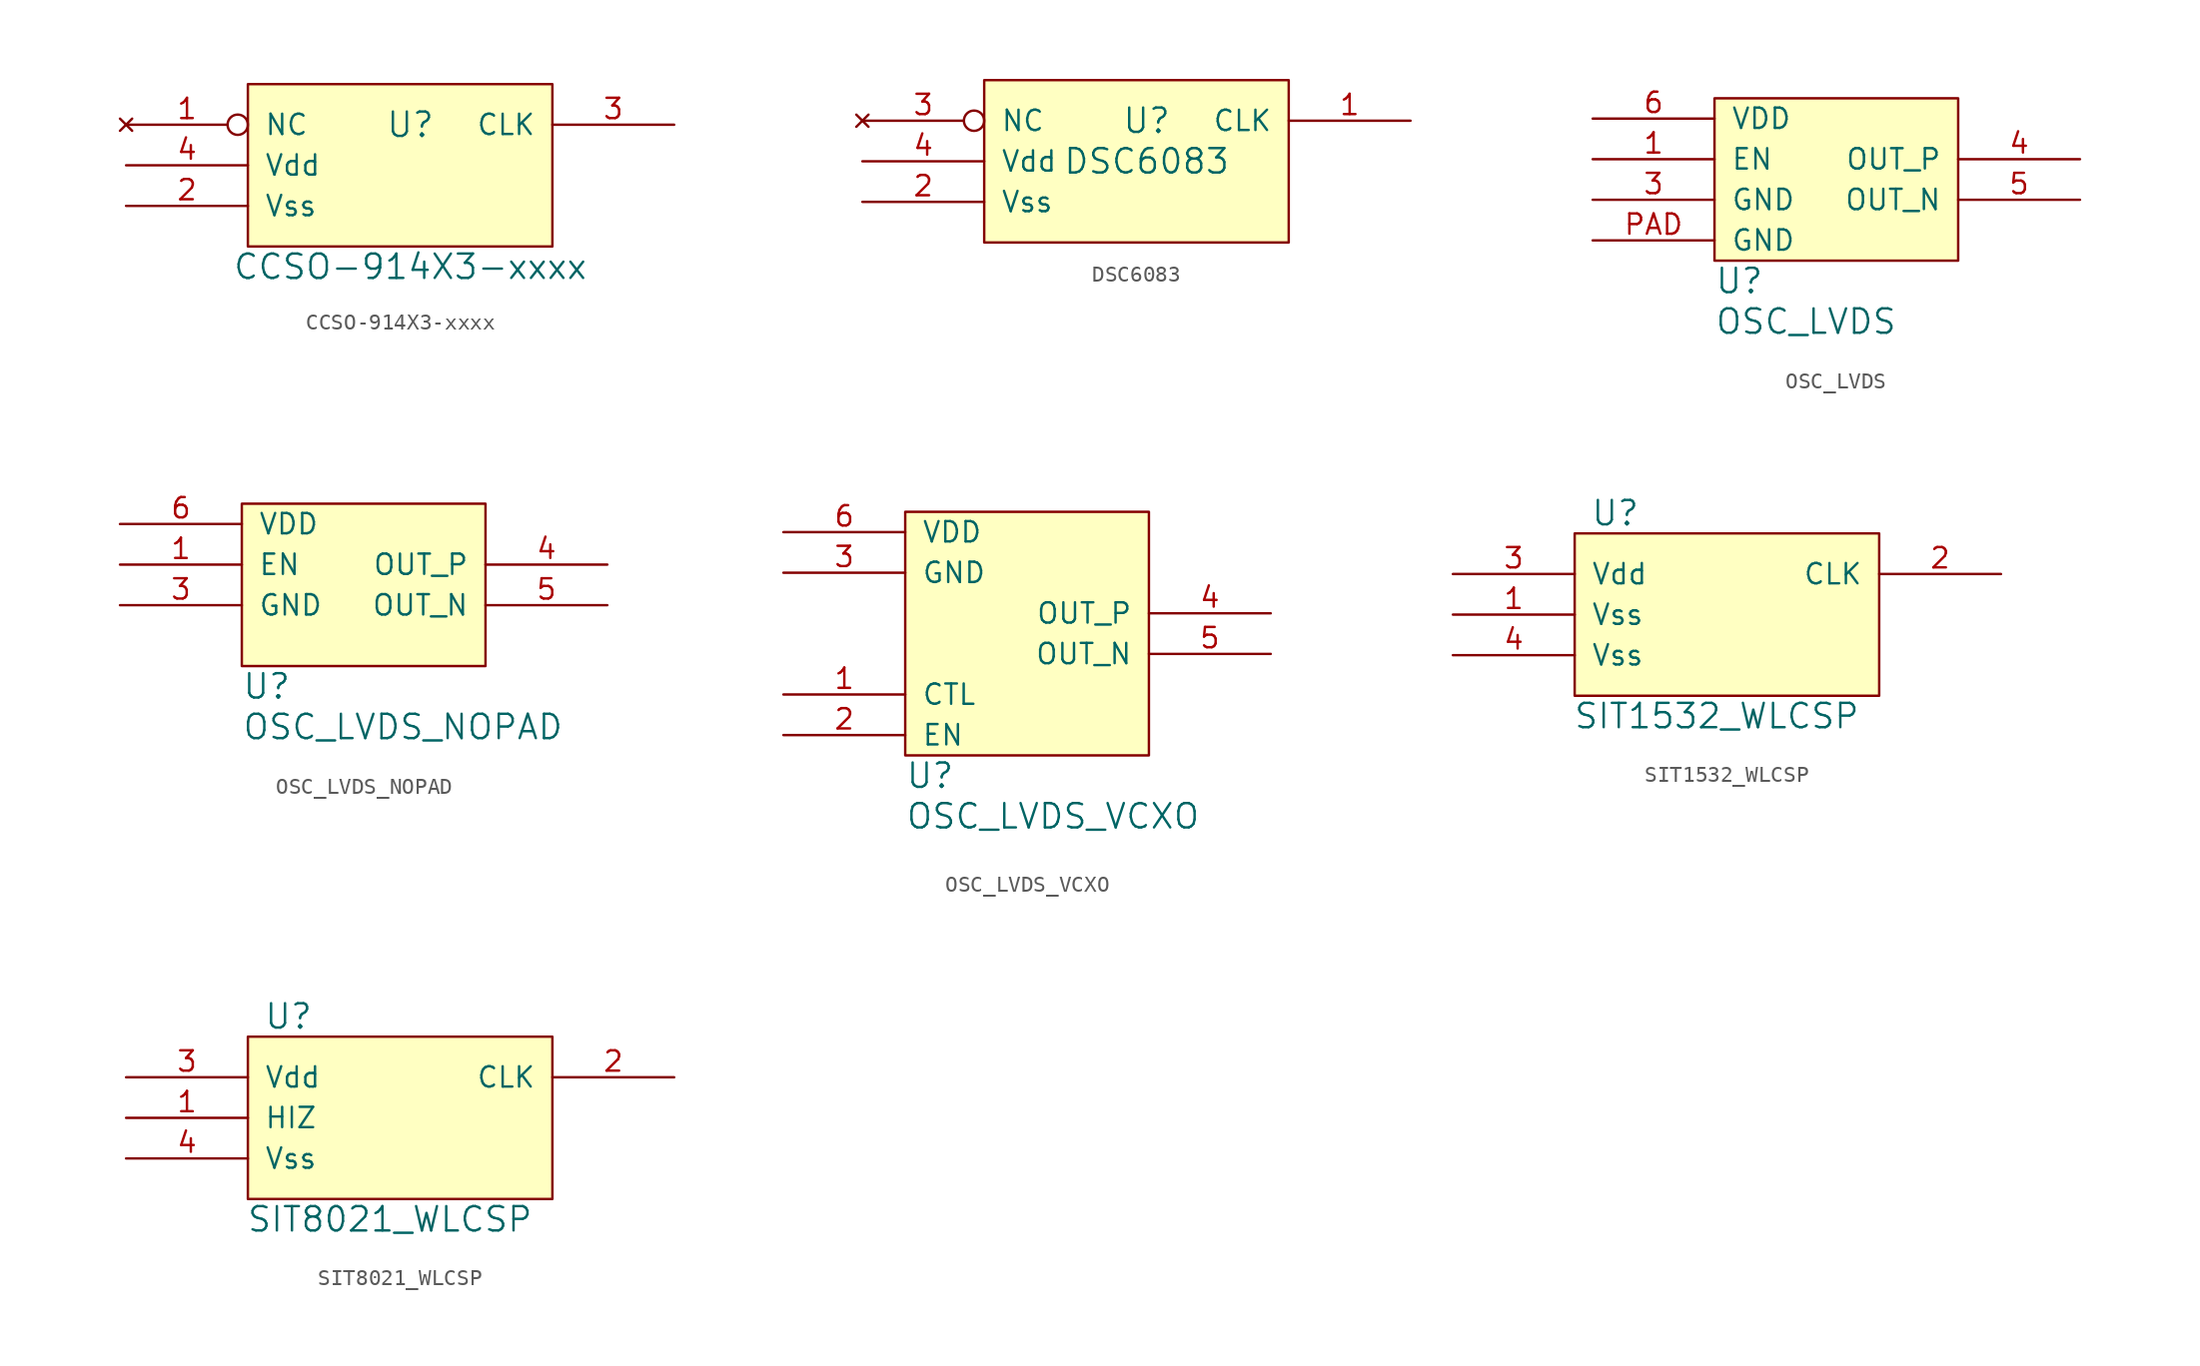
<source format=kicad_sym>
(kicad_symbol_lib
  (version 20211014)
  (generator kicad_symbol_editor)
  (symbol "CCSO-914X3-xxxx"
    (pin_names
      (offset 1.016))
    (property "Reference" "U"
      (at 0 0 0)
      (effects (font (size 1.524 1.524))))
    (property "Value" "CCSO-914X3-xxxx"
      (at 0 -8.89 0)
      (effects (font (size 1.524 1.524))))
    (property "Footprint" ""
      (at 0 0 0)
      (effects (font (size 1.524 1.524))))
    (property "Datasheet" ""
      (at 0 0 0)
      (effects (font (size 1.524 1.524))))
    (symbol "CCSO-914X3-xxxx_0_1"
      (rectangle (start -10.16 2.54) (end 8.89 -7.62) (stroke (width 0) (type default) (color 0 0 0 0)) (fill (type background))))
    (symbol "CCSO-914X3-xxxx_1_1"
      (pin no_connect inverted (at -17.78 0 0) (length 7.62) (name "NC" (effects (font (size 1.27 1.27)))) (number "1" (effects (font (size 1.27 1.27)))))
      (pin input line (at -17.78 -5.08 0) (length 7.62) (name "Vss" (effects (font (size 1.27 1.27)))) (number "2" (effects (font (size 1.27 1.27)))))
      (pin output line (at 16.51 0 180) (length 7.62) (name "CLK" (effects (font (size 1.27 1.27)))) (number "3" (effects (font (size 1.27 1.27)))))
      (pin power_in line (at -17.78 -2.54 0) (length 7.62) (name "Vdd" (effects (font (size 1.27 1.27)))) (number "4" (effects (font (size 1.27 1.27)))))))
  (symbol "DSC6083"
    (pin_names
      (offset 1.016))
    (property "Reference" "U"
      (at 0 0 0)
      (effects (font (size 1.524 1.524))))
    (property "Value" "DSC6083"
      (at 0 -2.54 0)
      (effects (font (size 1.524 1.524))))
    (property "Footprint" ""
      (at 0 0 0)
      (effects (font (size 1.524 1.524))))
    (property "Datasheet" ""
      (at 0 0 0)
      (effects (font (size 1.524 1.524))))
    (symbol "DSC6083_0_1"
      (rectangle (start -10.16 2.54) (end 8.89 -7.62) (stroke (width 0) (type default) (color 0 0 0 0)) (fill (type background))))
    (symbol "DSC6083_1_1"
      (pin output line (at 16.51 0 180) (length 7.62) (name "CLK" (effects (font (size 1.27 1.27)))) (number "1" (effects (font (size 1.27 1.27)))))
      (pin input line (at -17.78 -5.08 0) (length 7.62) (name "Vss" (effects (font (size 1.27 1.27)))) (number "2" (effects (font (size 1.27 1.27)))))
      (pin no_connect inverted (at -17.78 0 0) (length 7.62) (name "NC" (effects (font (size 1.27 1.27)))) (number "3" (effects (font (size 1.27 1.27)))))
      (pin power_in line (at -17.78 -2.54 0) (length 7.62) (name "Vdd" (effects (font (size 1.27 1.27)))) (number "4" (effects (font (size 1.27 1.27)))))))
  (symbol "OSC_LVDS"
    (pin_names
      (offset 1.016))
    (property "Reference" "U"
      (at 0 -1.27 0)
      (effects (font (size 1.524 1.524)) (justify left)))
    (property "Value" "OSC_LVDS"
      (at 0 -3.81 0)
      (effects (font (size 1.524 1.524)) (justify left)))
    (property "Footprint" ""
      (at 0 0 0)
      (effects (font (size 1.524 1.524))))
    (property "Datasheet" ""
      (at 0 0 0)
      (effects (font (size 1.524 1.524))))
    (symbol "OSC_LVDS_0_1"
      (rectangle (start 0 10.16) (end 15.24 0) (stroke (width 0) (type default) (color 0 0 0 0)) (fill (type background))))
    (symbol "OSC_LVDS_1_1"
      (pin input line (at -7.62 6.35 0) (length 7.62) (name "EN" (effects (font (size 1.27 1.27)))) (number "1" (effects (font (size 1.27 1.27)))))
      (pin power_in line (at -7.62 3.81 0) (length 7.62) (name "GND" (effects (font (size 1.27 1.27)))) (number "3" (effects (font (size 1.27 1.27)))))
      (pin output line (at 22.86 6.35 180) (length 7.62) (name "OUT_P" (effects (font (size 1.27 1.27)))) (number "4" (effects (font (size 1.27 1.27)))))
      (pin output line (at 22.86 3.81 180) (length 7.62) (name "OUT_N" (effects (font (size 1.27 1.27)))) (number "5" (effects (font (size 1.27 1.27)))))
      (pin power_in line (at -7.62 8.89 0) (length 7.62) (name "VDD" (effects (font (size 1.27 1.27)))) (number "6" (effects (font (size 1.27 1.27)))))
      (pin power_in line (at -7.62 1.27 0) (length 7.62) (name "GND" (effects (font (size 1.27 1.27)))) (number "PAD" (effects (font (size 1.27 1.27)))))))
  (symbol "OSC_LVDS_NOPAD"
    (pin_names
      (offset 1.016))
    (property "Reference" "U"
      (at 0 -1.27 0)
      (effects (font (size 1.524 1.524)) (justify left)))
    (property "Value" "OSC_LVDS_NOPAD"
      (at 0 -3.81 0)
      (effects (font (size 1.524 1.524)) (justify left)))
    (property "Footprint" ""
      (at 0 0 0)
      (effects (font (size 1.524 1.524))))
    (property "Datasheet" ""
      (at 0 0 0)
      (effects (font (size 1.524 1.524))))
    (symbol "OSC_LVDS_NOPAD_0_1"
      (rectangle (start 0 10.16) (end 15.24 0) (stroke (width 0) (type default) (color 0 0 0 0)) (fill (type background))))
    (symbol "OSC_LVDS_NOPAD_1_1"
      (pin input line (at -7.62 6.35 0) (length 7.62) (name "EN" (effects (font (size 1.27 1.27)))) (number "1" (effects (font (size 1.27 1.27)))))
      (pin power_in line (at -7.62 3.81 0) (length 7.62) (name "GND" (effects (font (size 1.27 1.27)))) (number "3" (effects (font (size 1.27 1.27)))))
      (pin output line (at 22.86 6.35 180) (length 7.62) (name "OUT_P" (effects (font (size 1.27 1.27)))) (number "4" (effects (font (size 1.27 1.27)))))
      (pin output line (at 22.86 3.81 180) (length 7.62) (name "OUT_N" (effects (font (size 1.27 1.27)))) (number "5" (effects (font (size 1.27 1.27)))))
      (pin power_in line (at -7.62 8.89 0) (length 7.62) (name "VDD" (effects (font (size 1.27 1.27)))) (number "6" (effects (font (size 1.27 1.27)))))))
  (symbol "OSC_LVDS_VCXO"
    (pin_names
      (offset 1.016))
    (property "Reference" "U"
      (at 0 -1.27 0)
      (effects (font (size 1.524 1.524)) (justify left)))
    (property "Value" "OSC_LVDS_VCXO"
      (at 0 -3.81 0)
      (effects (font (size 1.524 1.524)) (justify left)))
    (property "Footprint" ""
      (at 0 0 0)
      (effects (font (size 1.524 1.524))))
    (property "Datasheet" ""
      (at 0 0 0)
      (effects (font (size 1.524 1.524))))
    (symbol "OSC_LVDS_VCXO_0_1"
      (rectangle (start 0 15.24) (end 15.24 0) (stroke (width 0) (type default) (color 0 0 0 0)) (fill (type background))))
    (symbol "OSC_LVDS_VCXO_1_1"
      (pin input line (at -7.62 3.81 0) (length 7.62) (name "CTL" (effects (font (size 1.27 1.27)))) (number "1" (effects (font (size 1.27 1.27)))))
      (pin input line (at -7.62 1.27 0) (length 7.62) (name "EN" (effects (font (size 1.27 1.27)))) (number "2" (effects (font (size 1.27 1.27)))))
      (pin power_in line (at -7.62 11.43 0) (length 7.62) (name "GND" (effects (font (size 1.27 1.27)))) (number "3" (effects (font (size 1.27 1.27)))))
      (pin output line (at 22.86 8.89 180) (length 7.62) (name "OUT_P" (effects (font (size 1.27 1.27)))) (number "4" (effects (font (size 1.27 1.27)))))
      (pin output line (at 22.86 6.35 180) (length 7.62) (name "OUT_N" (effects (font (size 1.27 1.27)))) (number "5" (effects (font (size 1.27 1.27)))))
      (pin power_in line (at -7.62 13.97 0) (length 7.62) (name "VDD" (effects (font (size 1.27 1.27)))) (number "6" (effects (font (size 1.27 1.27)))))))
  (symbol "SIT1532_WLCSP"
    (pin_names
      (offset 1.016))
    (property "Reference" "U"
      (at -7.62 3.81 0)
      (effects (font (size 1.524 1.524))))
    (property "Value" "SIT1532_WLCSP"
      (at -1.27 -8.89 0)
      (effects (font (size 1.524 1.524))))
    (property "Footprint" ""
      (at 0 0 0)
      (effects (font (size 1.524 1.524))))
    (property "Datasheet" ""
      (at 0 0 0)
      (effects (font (size 1.524 1.524))))
    (symbol "SIT1532_WLCSP_0_1"
      (rectangle (start -10.16 2.54) (end 8.89 -7.62) (stroke (width 0) (type default) (color 0 0 0 0)) (fill (type background))))
    (symbol "SIT1532_WLCSP_1_1"
      (pin power_in line (at -17.78 -2.54 0) (length 7.62) (name "Vss" (effects (font (size 1.27 1.27)))) (number "1" (effects (font (size 1.27 1.27)))))
      (pin output line (at 16.51 0 180) (length 7.62) (name "CLK" (effects (font (size 1.27 1.27)))) (number "2" (effects (font (size 1.27 1.27)))))
      (pin power_in line (at -17.78 0 0) (length 7.62) (name "Vdd" (effects (font (size 1.27 1.27)))) (number "3" (effects (font (size 1.27 1.27)))))
      (pin input line (at -17.78 -5.08 0) (length 7.62) (name "Vss" (effects (font (size 1.27 1.27)))) (number "4" (effects (font (size 1.27 1.27)))))))
  (symbol "SIT8021_WLCSP"
    (pin_names
      (offset 1.016))
    (property "Reference" "U"
      (at -7.62 3.81 0)
      (effects (font (size 1.524 1.524))))
    (property "Value" "SIT8021_WLCSP"
      (at -1.27 -8.89 0)
      (effects (font (size 1.524 1.524))))
    (property "Footprint" ""
      (at 0 0 0)
      (effects (font (size 1.524 1.524))))
    (property "Datasheet" ""
      (at 0 0 0)
      (effects (font (size 1.524 1.524))))
    (symbol "SIT8021_WLCSP_0_1"
      (rectangle (start -10.16 2.54) (end 8.89 -7.62) (stroke (width 0) (type default) (color 0 0 0 0)) (fill (type background))))
    (symbol "SIT8021_WLCSP_1_1"
      (pin input line (at -17.78 -2.54 0) (length 7.62) (name "HIZ" (effects (font (size 1.27 1.27)))) (number "1" (effects (font (size 1.27 1.27)))))
      (pin output line (at 16.51 0 180) (length 7.62) (name "CLK" (effects (font (size 1.27 1.27)))) (number "2" (effects (font (size 1.27 1.27)))))
      (pin power_in line (at -17.78 0 0) (length 7.62) (name "Vdd" (effects (font (size 1.27 1.27)))) (number "3" (effects (font (size 1.27 1.27)))))
      (pin input line (at -17.78 -5.08 0) (length 7.62) (name "Vss" (effects (font (size 1.27 1.27)))) (number "4" (effects (font (size 1.27 1.27))))))))
</source>
